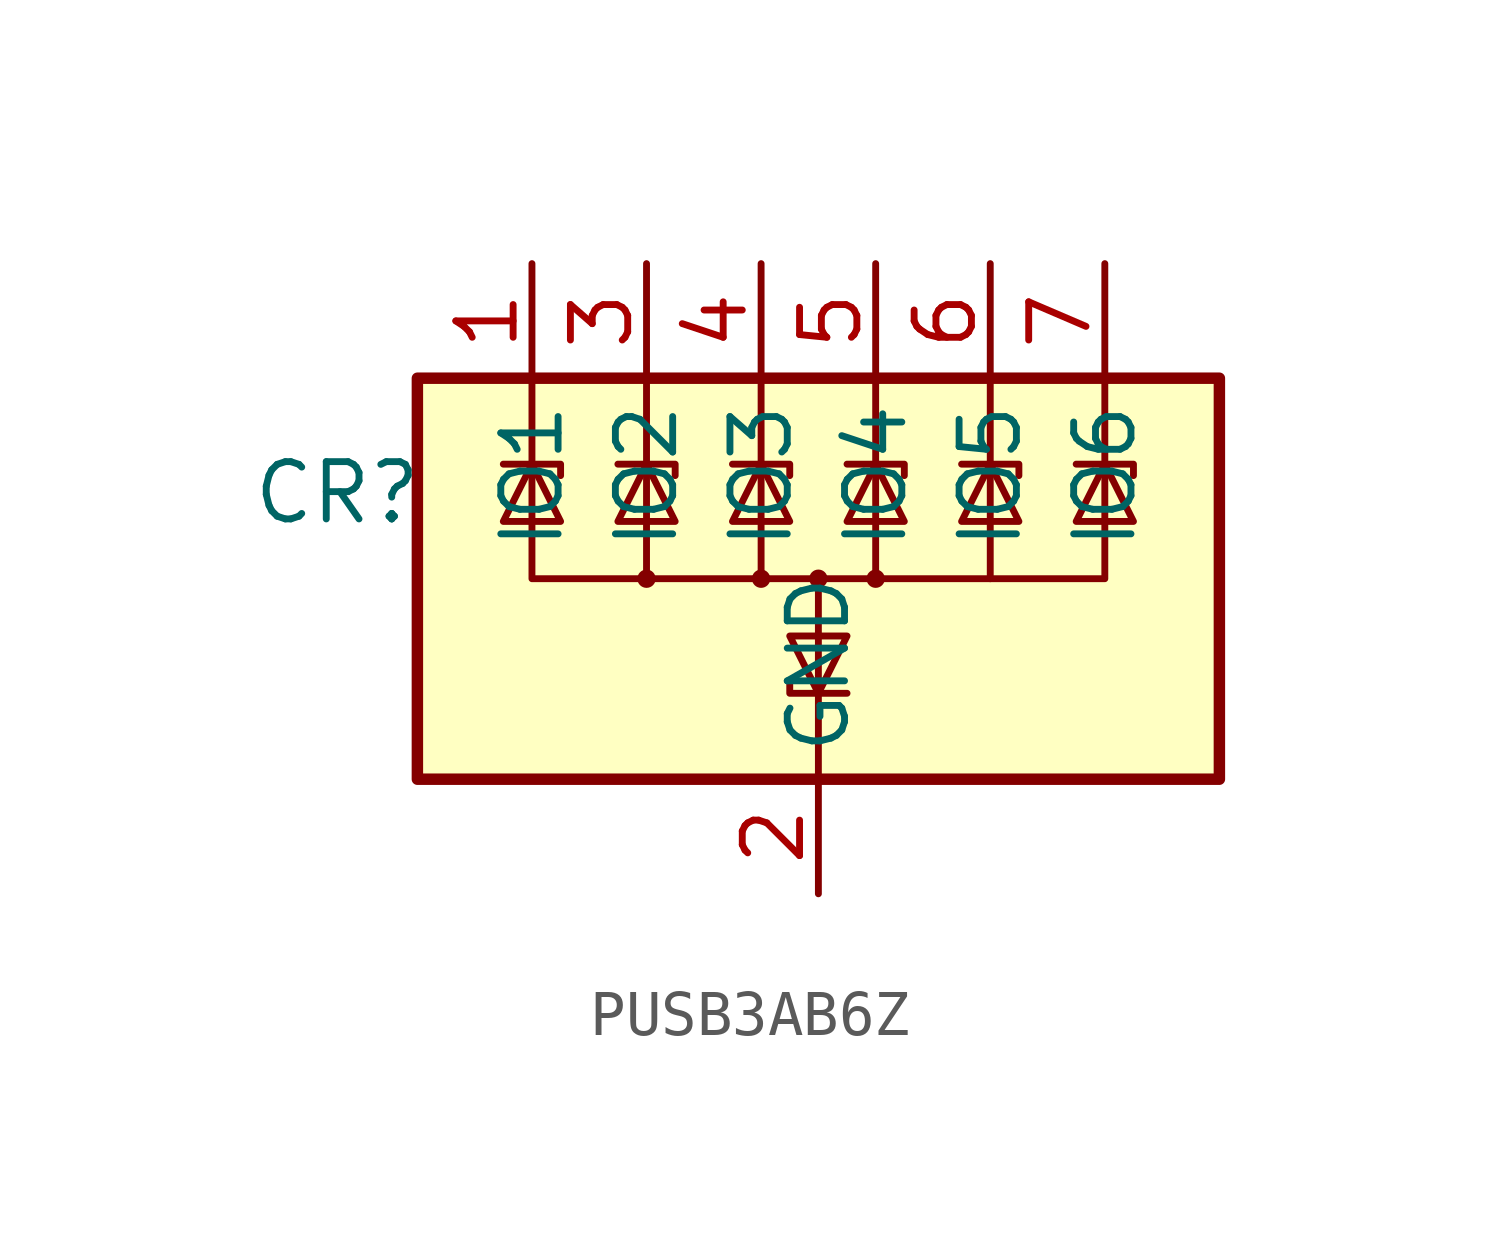
<source format=kicad_sym>
(kicad_symbol_lib
  (version 20241209)
  (generator "kicad_symbol_editor")
  (generator_version "9.0")
  (symbol "PUSB3AB6Z"
    (property "Reference" "CR"
      (at -10.668 3.81 0)
      (effects (font (size 1.27 1.27))))
    (property "Value" ""
      (at 0 0 0)
      (effects (font (size 1.27 1.27))))
    (symbol "PUSB3AB6Z_0_0"
      (pin passive line (at 0 -5.08 90) (length 2.54) (name "GND" (effects (font (size 1.27 1.27)))) (number "2" (effects (font (size 1.27 1.27))))))
    (symbol "PUSB3AB6Z_0_1"
      (rectangle (start -8.89 6.35) (end 8.89 -2.54) (stroke (width 0.254) (type default)) (fill (type background)))
      (polyline (pts (xy -6.985 4.445) (xy -5.715 4.445) (xy -5.715 4.191)) (stroke (width 0) (type default)) (fill (type none)))
      (polyline (pts (xy -6.985 3.175) (xy -5.715 3.175) (xy -6.35 4.445) (xy -6.985 3.175)) (stroke (width 0) (type default)) (fill (type none)))
      (polyline (pts (xy -6.35 6.35) (xy -6.35 1.905) (xy 3.81 1.905) (xy 3.81 6.35)) (stroke (width 0) (type default)) (fill (type none)))
      (polyline (pts (xy -4.445 4.445) (xy -3.175 4.445) (xy -3.175 4.191)) (stroke (width 0) (type default)) (fill (type none)))
      (polyline (pts (xy -4.445 3.175) (xy -3.175 3.175) (xy -3.81 4.445) (xy -4.445 3.175)) (stroke (width 0) (type default)) (fill (type none)))
      (polyline (pts (xy -3.81 6.35) (xy -3.81 1.905)) (stroke (width 0) (type default)) (fill (type none)))
      (circle (center -3.81 1.905) (radius 0.127) (stroke (width 0) (type default)) (fill (type none)))
      (polyline (pts (xy -1.905 4.445) (xy -0.635 4.445) (xy -0.635 4.191)) (stroke (width 0) (type default)) (fill (type none)))
      (polyline (pts (xy -1.905 3.175) (xy -0.635 3.175) (xy -1.27 4.445) (xy -1.905 3.175)) (stroke (width 0) (type default)) (fill (type none)))
      (polyline (pts (xy -1.27 6.35) (xy -1.27 1.905)) (stroke (width 0) (type default)) (fill (type none)))
      (circle (center -1.27 1.905) (radius 0.127) (stroke (width 0) (type default)) (fill (type none)))
      (circle (center 0 1.905) (radius 0.127) (stroke (width 0) (type default)) (fill (type none)))
      (polyline (pts (xy 0 1.905) (xy 0 -2.54)) (stroke (width 0) (type default)) (fill (type none)))
      (polyline (pts (xy 0.635 4.445) (xy 1.905 4.445) (xy 1.905 4.191)) (stroke (width 0) (type default)) (fill (type none)))
      (polyline (pts (xy 0.635 3.175) (xy 1.905 3.175) (xy 1.27 4.445) (xy 0.635 3.175)) (stroke (width 0) (type default)) (fill (type none)))
      (polyline (pts (xy 0.635 0.635) (xy -0.635 0.635) (xy 0 -0.635) (xy 0.635 0.635)) (stroke (width 0) (type default)) (fill (type none)))
      (polyline (pts (xy 0.635 -0.635) (xy -0.635 -0.635) (xy -0.635 -0.381)) (stroke (width 0) (type default)) (fill (type none)))
      (polyline (pts (xy 1.27 6.35) (xy 1.27 1.905)) (stroke (width 0) (type default)) (fill (type none)))
      (circle (center 1.27 1.905) (radius 0.127) (stroke (width 0) (type default)) (fill (type none)))
      (polyline (pts (xy 3.175 4.445) (xy 4.445 4.445) (xy 4.445 4.191)) (stroke (width 0) (type default)) (fill (type none)))
      (polyline (pts (xy 3.175 3.175) (xy 4.445 3.175) (xy 3.81 4.445) (xy 3.175 3.175)) (stroke (width 0) (type default)) (fill (type none)))
      (polyline (pts (xy 3.81 1.905) (xy 6.35 1.905) (xy 6.35 6.35)) (stroke (width 0) (type default)) (fill (type none)))
      (polyline (pts (xy 5.715 4.445) (xy 6.985 4.445) (xy 6.985 4.191)) (stroke (width 0) (type default)) (fill (type none)))
      (polyline (pts (xy 5.715 3.175) (xy 6.985 3.175) (xy 6.35 4.445) (xy 5.715 3.175)) (stroke (width 0) (type default)) (fill (type none))))
    (symbol "PUSB3AB6Z_1_1"
      (pin passive line (at -6.35 8.89 270) (length 2.54) (name "IO1" (effects (font (size 1.27 1.27)))) (number "1" (effects (font (size 1.27 1.27)))))
      (pin passive line (at -3.81 8.89 270) (length 2.54) (name "IO2" (effects (font (size 1.27 1.27)))) (number "3" (effects (font (size 1.27 1.27)))))
      (pin passive line (at -1.27 8.89 270) (length 2.54) (name "IO3" (effects (font (size 1.27 1.27)))) (number "4" (effects (font (size 1.27 1.27)))))
      (pin passive line (at 1.27 8.89 270) (length 2.54) (name "IO4" (effects (font (size 1.27 1.27)))) (number "5" (effects (font (size 1.27 1.27)))))
      (pin passive line (at 3.81 8.89 270) (length 2.54) (name "IO5" (effects (font (size 1.27 1.27)))) (number "6" (effects (font (size 1.27 1.27)))))
      (pin passive line (at 6.35 8.89 270) (length 2.54) (name "IO6" (effects (font (size 1.27 1.27)))) (number "7" (effects (font (size 1.27 1.27))))))))
</source>
